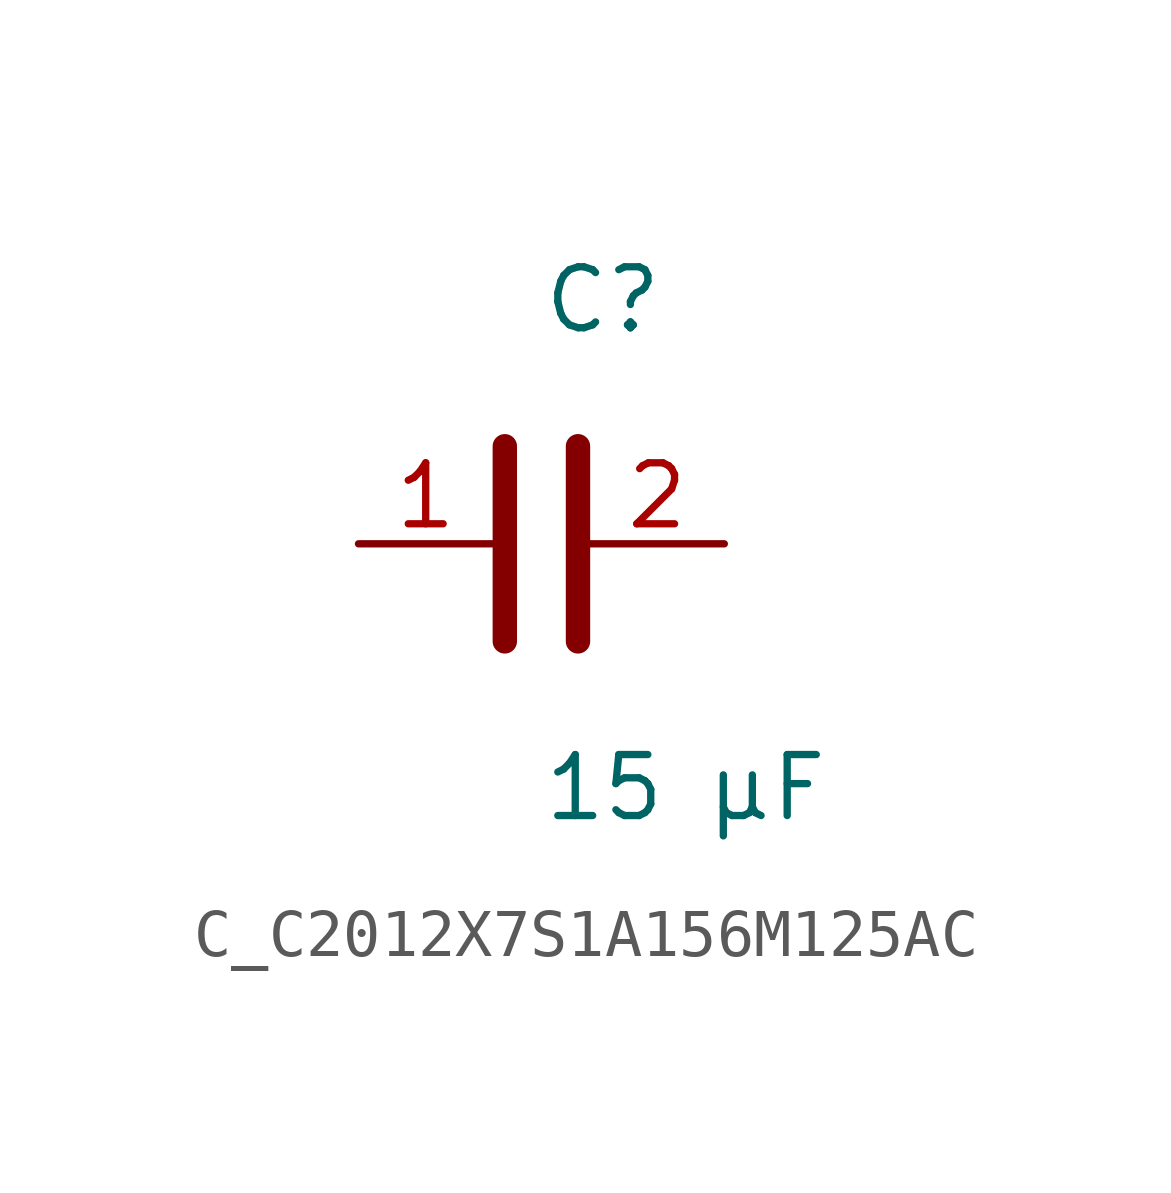
<source format=kicad_sym>
(kicad_symbol_lib
  (version 20231120)
  (generator kicad_symbol_editor)
  (generator_version 8.0)
  (symbol "C_C2012X7S1A156M125AC"
    (pin_names
      (offset 0.254))
    (property "Reference" "C"
      (at 0.0 5.08 0)
      (effects (font (size 1.27 1.27)) (justify left)))
    (property "Value" "15 µF"
      (at 0.0 -5.08 0)
      (effects (font (size 1.27 1.27)) (justify left)))
    (symbol "C_C2012X7S1A156M125AC_0_1"
      (polyline (pts (xy -0.762 -2.032) (xy -0.762 2.032)) (stroke (width 0.508) (type default)) (fill (type none)))
      (polyline (pts (xy 0.762 -2.032) (xy 0.762 2.032)) (stroke (width 0.508) (type default)) (fill (type none))))
    (pin unspecified line
      (at -3.81 0 0)
      (length 2.8)
      (name "" (effects (font (size 1.27 1.27))))
      (number "1" (effects (font (size 1.27 1.27)))))
    (pin unspecified line
      (at 3.81 0 180)
      (length 2.8)
      (name "" (effects (font (size 1.27 1.27))))
      (number "2" (effects (font (size 1.27 1.27)))))))
</source>
